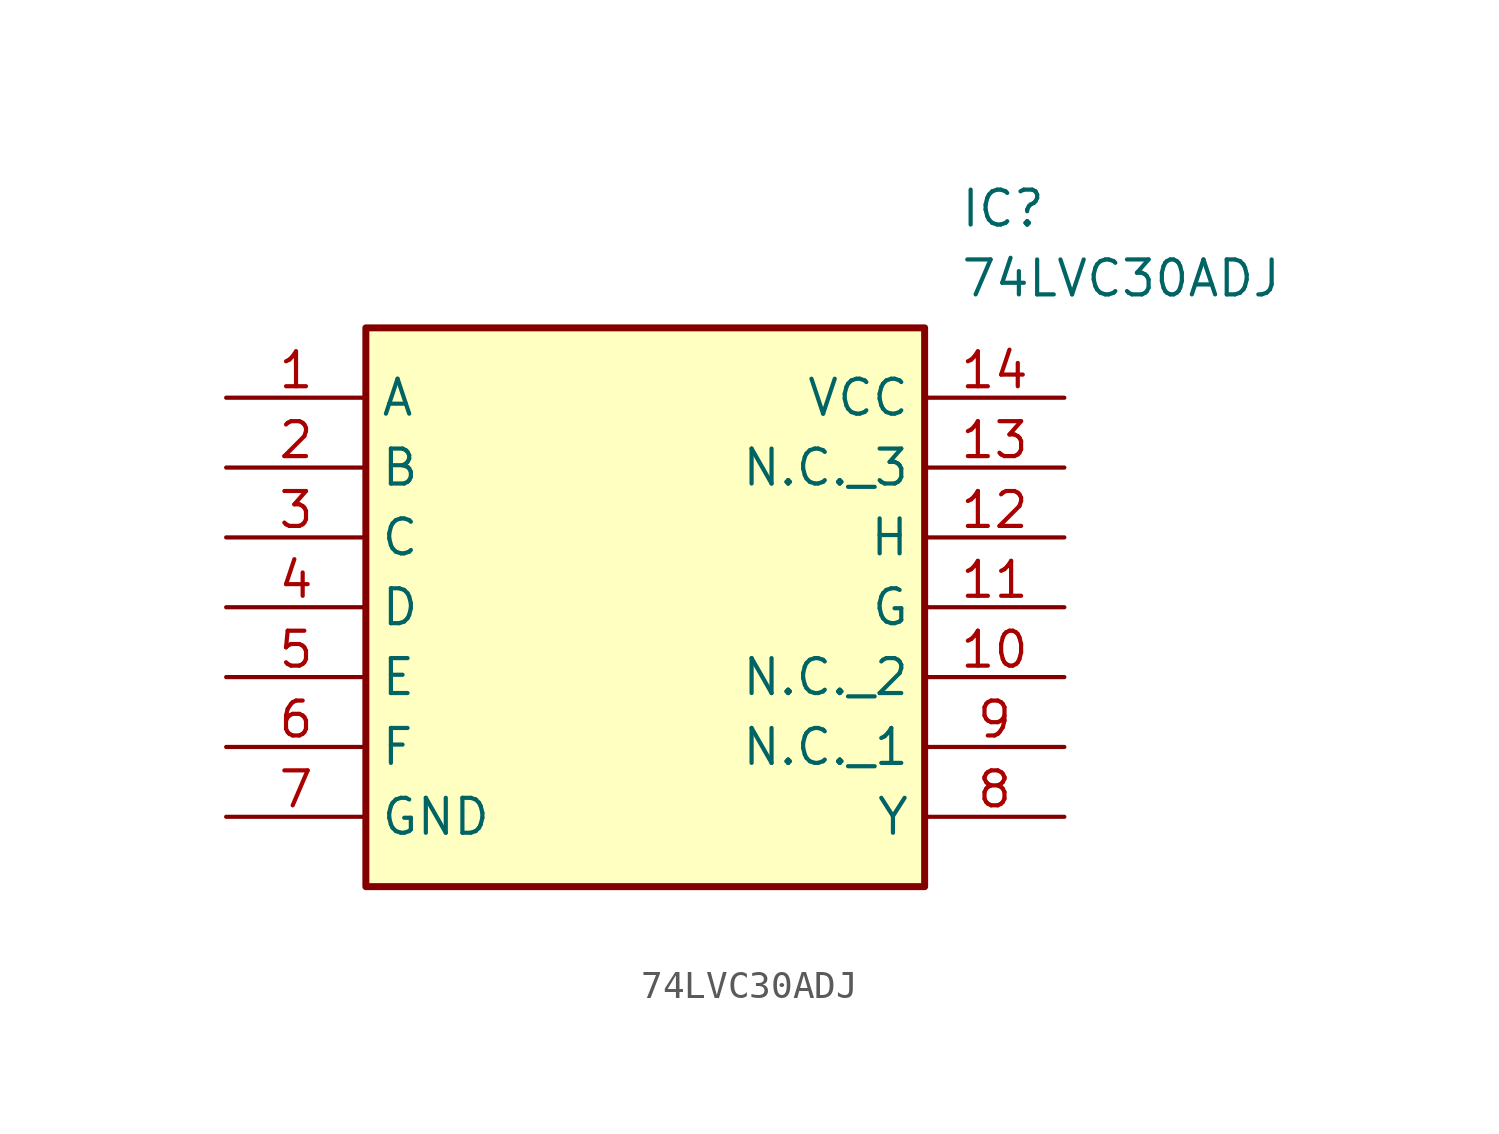
<source format=kicad_sym>
(kicad_symbol_lib
  (version 20211014)
  (generator SamacSys_ECAD_Model)
  (symbol "74LVC30ADJ"
    (property "Reference" "IC"
      (at 26.67 7.62 0)
      (effects (font (size 1.27 1.27)) (justify left top)))
    (property "Value" "74LVC30ADJ"
      (at 26.67 5.08 0)
      (effects (font (size 1.27 1.27)) (justify left top)))
    (rectangle
      (start 5.08 2.54)
      (end 25.4 -17.78)
      (stroke (width 0.254) (type default))
      (fill (type background)))
    (pin passive line
      (at 0 0 0)
      (length 5.08)
      (name "A" (effects (font (size 1.27 1.27))))
      (number "1" (effects (font (size 1.27 1.27)))))
    (pin passive line
      (at 0 -2.54 0)
      (length 5.08)
      (name "B" (effects (font (size 1.27 1.27))))
      (number "2" (effects (font (size 1.27 1.27)))))
    (pin passive line
      (at 0 -5.08 0)
      (length 5.08)
      (name "C" (effects (font (size 1.27 1.27))))
      (number "3" (effects (font (size 1.27 1.27)))))
    (pin passive line
      (at 0 -7.62 0)
      (length 5.08)
      (name "D" (effects (font (size 1.27 1.27))))
      (number "4" (effects (font (size 1.27 1.27)))))
    (pin passive line
      (at 0 -10.16 0)
      (length 5.08)
      (name "E" (effects (font (size 1.27 1.27))))
      (number "5" (effects (font (size 1.27 1.27)))))
    (pin passive line
      (at 0 -12.7 0)
      (length 5.08)
      (name "F" (effects (font (size 1.27 1.27))))
      (number "6" (effects (font (size 1.27 1.27)))))
    (pin passive line
      (at 0 -15.24 0)
      (length 5.08)
      (name "GND" (effects (font (size 1.27 1.27))))
      (number "7" (effects (font (size 1.27 1.27)))))
    (pin passive line
      (at 30.48 0 180)
      (length 5.08)
      (name "VCC" (effects (font (size 1.27 1.27))))
      (number "14" (effects (font (size 1.27 1.27)))))
    (pin passive line
      (at 30.48 -2.54 180)
      (length 5.08)
      (name "N.C._3" (effects (font (size 1.27 1.27))))
      (number "13" (effects (font (size 1.27 1.27)))))
    (pin passive line
      (at 30.48 -5.08 180)
      (length 5.08)
      (name "H" (effects (font (size 1.27 1.27))))
      (number "12" (effects (font (size 1.27 1.27)))))
    (pin passive line
      (at 30.48 -7.62 180)
      (length 5.08)
      (name "G" (effects (font (size 1.27 1.27))))
      (number "11" (effects (font (size 1.27 1.27)))))
    (pin passive line
      (at 30.48 -10.16 180)
      (length 5.08)
      (name "N.C._2" (effects (font (size 1.27 1.27))))
      (number "10" (effects (font (size 1.27 1.27)))))
    (pin passive line
      (at 30.48 -12.7 180)
      (length 5.08)
      (name "N.C._1" (effects (font (size 1.27 1.27))))
      (number "9" (effects (font (size 1.27 1.27)))))
    (pin passive line
      (at 30.48 -15.24 180)
      (length 5.08)
      (name "Y" (effects (font (size 1.27 1.27))))
      (number "8" (effects (font (size 1.27 1.27)))))))
</source>
